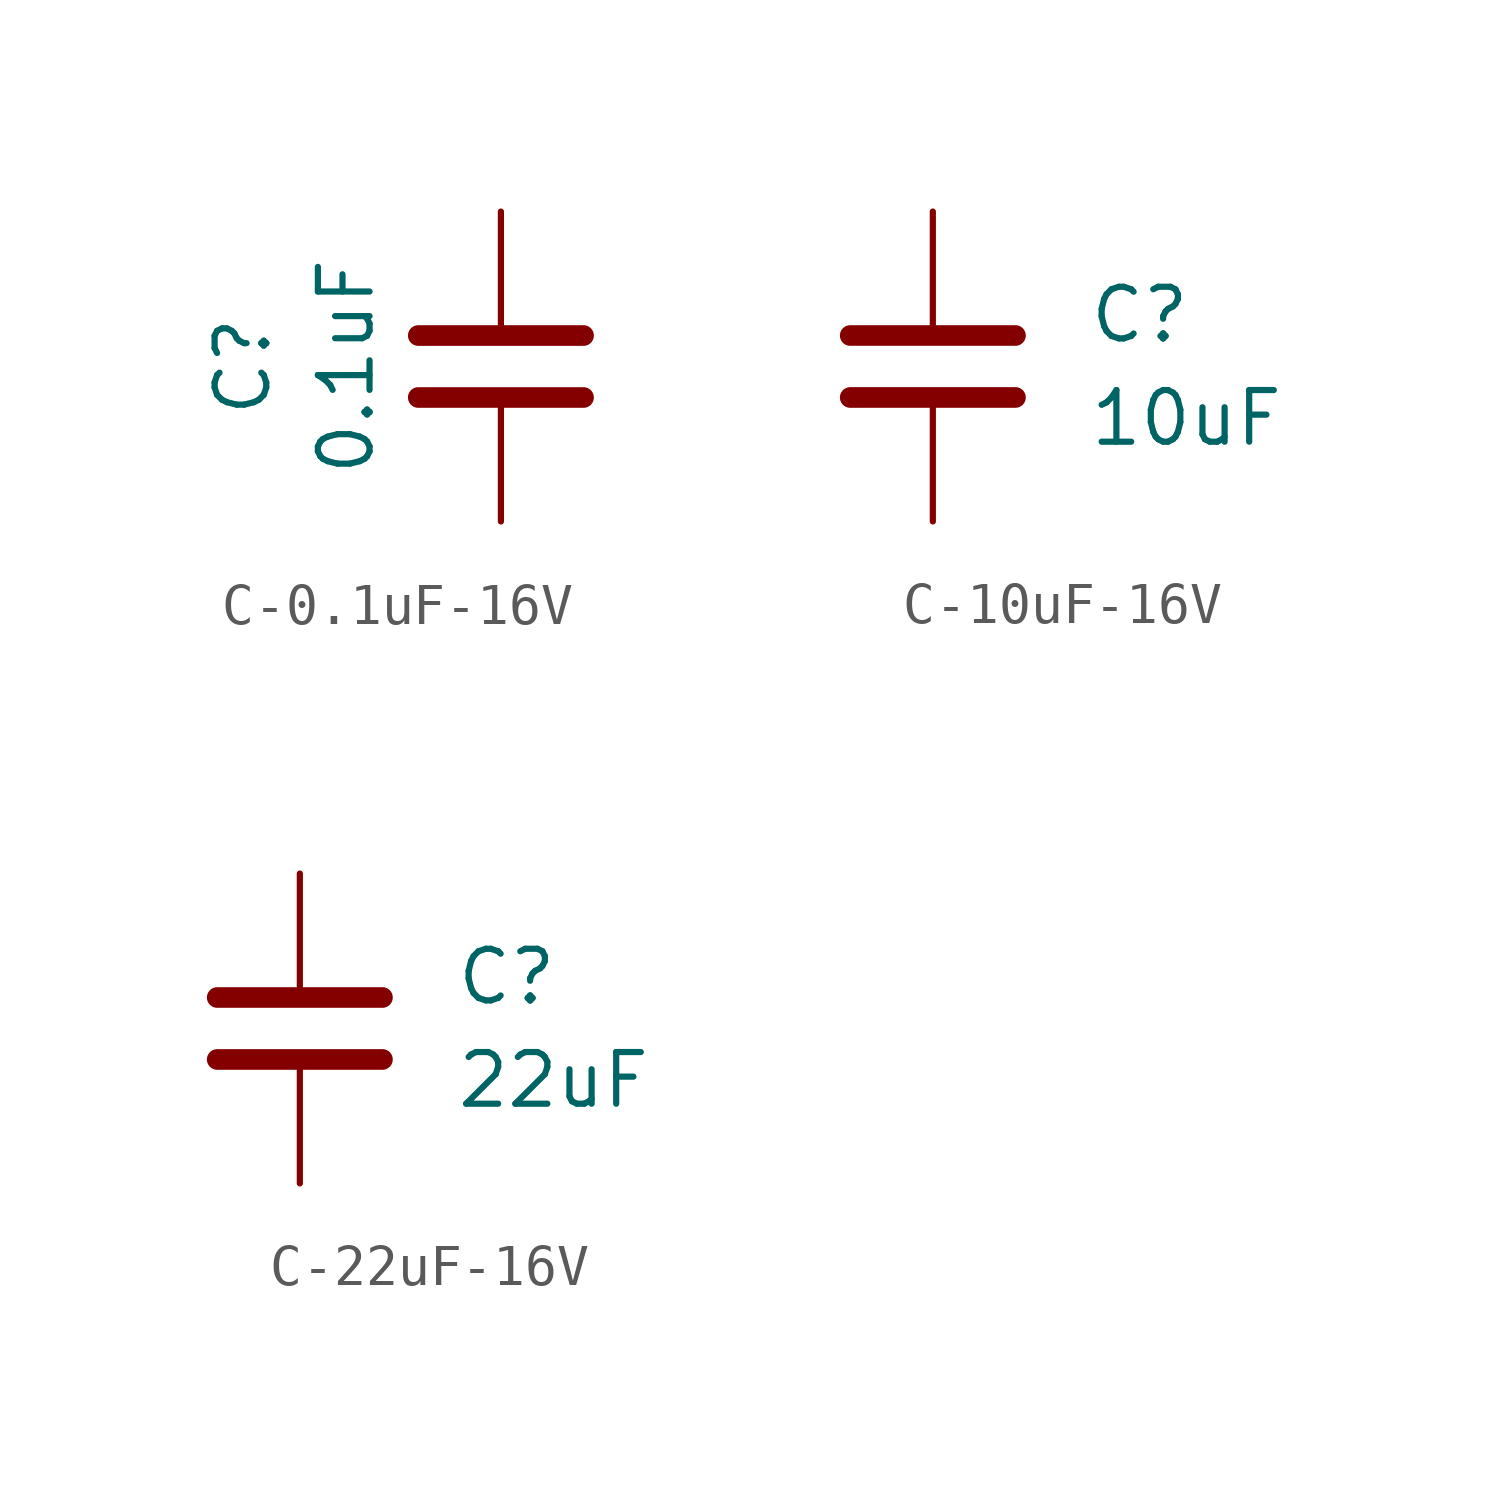
<source format=kicad_sym>
(kicad_symbol_lib
  (version 20220914)
  (generator kicad_symbol_editor)
  (symbol "C-0.1uF-16V"
    (pin_numbers hide)
    (pin_names
      (offset 0.254))
    (property "Reference" "C"
      (at -6.35 0 90)
      (effects (font (size 1.27 1.27))))
    (property "Value" "0.1uF"
      (at -3.81 0 90)
      (effects (font (size 1.27 1.27))))
    (symbol "C-0.1uF-16V_0_1"
      (polyline (pts (xy -2.032 -0.762) (xy 2.032 -0.762)) (stroke (width 0.508) (type default)) (fill (type none)))
      (polyline (pts (xy -2.032 0.762) (xy 2.032 0.762)) (stroke (width 0.508) (type default)) (fill (type none))))
    (symbol "C-0.1uF-16V_1_1"
      (pin passive line (at 0 3.81 270) (length 2.794) (name "~" (effects (font (size 1.27 1.27)))) (number "1" (effects (font (size 1.27 1.27)))))
      (pin passive line (at 0 -3.81 90) (length 2.794) (name "~" (effects (font (size 1.27 1.27)))) (number "2" (effects (font (size 1.27 1.27)))))))
  (symbol "C-10uF-16V"
    (pin_numbers hide)
    (pin_names
      (offset 0.254))
    (property "Reference" "C"
      (at 3.81 1.27 0)
      (effects (font (size 1.27 1.27)) (justify left)))
    (property "Value" "10uF"
      (at 3.81 -1.27 0)
      (effects (font (size 1.27 1.27)) (justify left)))
    (symbol "C-10uF-16V_0_1"
      (polyline (pts (xy -2.032 -0.762) (xy 2.032 -0.762)) (stroke (width 0.508) (type default)) (fill (type none)))
      (polyline (pts (xy -2.032 0.762) (xy 2.032 0.762)) (stroke (width 0.508) (type default)) (fill (type none))))
    (symbol "C-10uF-16V_1_1"
      (pin passive line (at 0 3.81 270) (length 2.794) (name "~" (effects (font (size 1.27 1.27)))) (number "1" (effects (font (size 1.27 1.27)))))
      (pin passive line (at 0 -3.81 90) (length 2.794) (name "~" (effects (font (size 1.27 1.27)))) (number "2" (effects (font (size 1.27 1.27)))))))
  (symbol "C-22uF-16V"
    (pin_numbers hide)
    (pin_names
      (offset 0.254))
    (property "Reference" "C"
      (at 3.81 1.27 0)
      (effects (font (size 1.27 1.27)) (justify left)))
    (property "Value" "22uF"
      (at 3.81 -1.27 0)
      (effects (font (size 1.27 1.27)) (justify left)))
    (symbol "C-22uF-16V_0_1"
      (polyline (pts (xy -2.032 -0.762) (xy 2.032 -0.762)) (stroke (width 0.508) (type default)) (fill (type none)))
      (polyline (pts (xy -2.032 0.762) (xy 2.032 0.762)) (stroke (width 0.508) (type default)) (fill (type none))))
    (symbol "C-22uF-16V_1_1"
      (pin passive line (at 0 3.81 270) (length 2.794) (name "~" (effects (font (size 1.27 1.27)))) (number "1" (effects (font (size 1.27 1.27)))))
      (pin passive line (at 0 -3.81 90) (length 2.794) (name "~" (effects (font (size 1.27 1.27)))) (number "2" (effects (font (size 1.27 1.27))))))))
</source>
